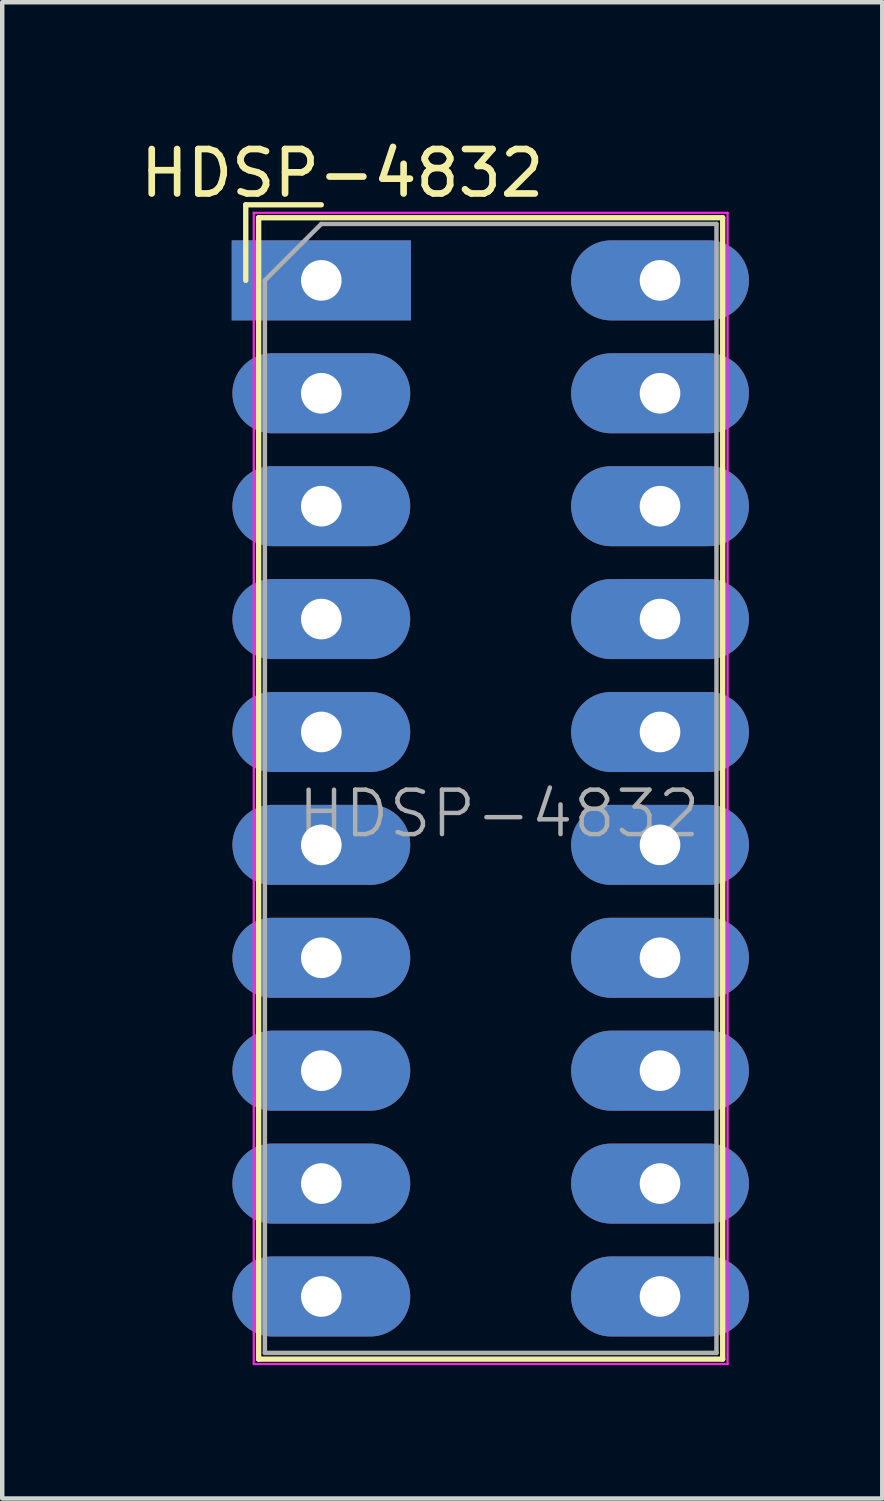
<source format=kicad_pcb>
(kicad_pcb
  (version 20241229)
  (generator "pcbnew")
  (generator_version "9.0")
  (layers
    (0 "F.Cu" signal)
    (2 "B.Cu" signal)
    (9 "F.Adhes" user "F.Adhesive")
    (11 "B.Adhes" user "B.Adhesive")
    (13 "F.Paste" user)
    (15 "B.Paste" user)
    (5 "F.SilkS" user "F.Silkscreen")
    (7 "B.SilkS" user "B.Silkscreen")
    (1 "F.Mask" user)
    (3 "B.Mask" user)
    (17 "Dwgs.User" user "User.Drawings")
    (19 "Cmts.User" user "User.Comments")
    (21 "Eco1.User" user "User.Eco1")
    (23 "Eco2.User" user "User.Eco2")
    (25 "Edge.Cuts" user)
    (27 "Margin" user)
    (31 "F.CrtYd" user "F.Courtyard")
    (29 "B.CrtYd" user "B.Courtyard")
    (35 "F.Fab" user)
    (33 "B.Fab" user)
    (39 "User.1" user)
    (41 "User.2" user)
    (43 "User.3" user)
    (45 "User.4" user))
  (footprint "HDSP-4832"
    (layer "F.Cu")
    (at 4.179 3.258)
    (property "Reference" "HDSP-4832" (at 0.47 -2.41 0) (layer "F.SilkS") (effects (font (size 1 1) (thickness 0.15))))
    (attr through_hole)
    (fp_line (start -1.7 -1.7) (end -1.7 0) (stroke (width 0.12) (type solid)) (layer "F.SilkS"))
    (fp_line (start -1.41 -1.41) (end 9.03 -1.41) (stroke (width 0.12) (type solid)) (layer "F.SilkS"))
    (fp_line (start -1.41 24.27) (end -1.41 -1.41) (stroke (width 0.12) (type solid)) (layer "F.SilkS"))
    (fp_line (start 0 -1.7) (end -1.7 -1.7) (stroke (width 0.12) (type solid)) (layer "F.SilkS"))
    (fp_line (start 9.03 -1.41) (end 9.03 24.27) (stroke (width 0.12) (type solid)) (layer "F.SilkS"))
    (fp_line (start 9.03 24.27) (end -1.41 24.27) (stroke (width 0.12) (type solid)) (layer "F.SilkS"))
    (fp_line (start -1.52 -1.52) (end -1.52 24.38) (stroke (width 0.05) (type solid)) (layer "F.CrtYd"))
    (fp_line (start -1.52 -1.52) (end 9.14 -1.52) (stroke (width 0.05) (type solid)) (layer "F.CrtYd"))
    (fp_line (start -1.52 24.38) (end 9.14 24.38) (stroke (width 0.05) (type solid)) (layer "F.CrtYd"))
    (fp_line (start 9.14 24.38) (end 9.14 -1.52) (stroke (width 0.05) (type solid)) (layer "F.CrtYd"))
    (fp_line (start -1.27 0) (end -1.27 24.13) (stroke (width 0.1) (type solid)) (layer "F.Fab"))
    (fp_line (start -1.27 24.13) (end 8.89 24.13) (stroke (width 0.1) (type solid)) (layer "F.Fab"))
    (fp_line (start 0 -1.27) (end -1.27 0) (stroke (width 0.1) (type solid)) (layer "F.Fab"))
    (fp_line (start 0 -1.27) (end 8.89 -1.27) (stroke (width 0.1) (type solid)) (layer "F.Fab"))
    (fp_line (start 8.89 -1.27) (end 8.89 24.13) (stroke (width 0.1) (type solid)) (layer "F.Fab"))
    (fp_text user "${REFERENCE}" (at 4 12 0) (layer "F.Fab") (effects (font (size 1 1) (thickness 0.1))))
    (pad "1" thru_hole rect (at 0 0 270) (size 1.8 4.032) (drill 0.914) (layers "*.Cu" "*.Mask"))
    (pad "2" thru_hole oval (at 0 2.54 270) (size 1.8 4) (drill 0.914) (layers "*.Cu" "*.Mask"))
    (pad "3" thru_hole oval (at 0 5.08 270) (size 1.8 4) (drill 0.914) (layers "*.Cu" "*.Mask"))
    (pad "4" thru_hole oval (at 0 7.62 270) (size 1.8 4) (drill 0.914) (layers "*.Cu" "*.Mask"))
    (pad "5" thru_hole oval (at 0 10.16 270) (size 1.8 4) (drill 0.914) (layers "*.Cu" "*.Mask"))
    (pad "6" thru_hole oval (at 0 12.7 270) (size 1.8 4) (drill 0.914) (layers "*.Cu" "*.Mask"))
    (pad "7" thru_hole oval (at 0 15.24 270) (size 1.8 4) (drill 0.914) (layers "*.Cu" "*.Mask"))
    (pad "8" thru_hole oval (at 0 17.78 270) (size 1.8 4) (drill 0.914) (layers "*.Cu" "*.Mask"))
    (pad "9" thru_hole oval (at 0 20.32 270) (size 1.8 4) (drill 0.914) (layers "*.Cu" "*.Mask"))
    (pad "10" thru_hole oval (at 0 22.86 270) (size 1.8 4) (drill 0.914) (layers "*.Cu" "*.Mask"))
    (pad "11" thru_hole oval (at 7.62 22.86 270) (size 1.8 4) (drill 0.914) (layers "*.Cu" "*.Mask"))
    (pad "12" thru_hole oval (at 7.62 20.32 270) (size 1.8 4) (drill 0.914) (layers "*.Cu" "*.Mask"))
    (pad "13" thru_hole oval (at 7.62 17.78 270) (size 1.8 4) (drill 0.914) (layers "*.Cu" "*.Mask"))
    (pad "14" thru_hole oval (at 7.62 15.24 270) (size 1.8 4) (drill 0.914) (layers "*.Cu" "*.Mask"))
    (pad "15" thru_hole oval (at 7.62 12.7 270) (size 1.8 4) (drill 0.914) (layers "*.Cu" "*.Mask"))
    (pad "16" thru_hole oval (at 7.62 10.16 270) (size 1.8 4) (drill 0.914) (layers "*.Cu" "*.Mask"))
    (pad "17" thru_hole oval (at 7.62 7.62 270) (size 1.8 4) (drill 0.914) (layers "*.Cu" "*.Mask"))
    (pad "18" thru_hole oval (at 7.62 5.08 270) (size 1.8 4) (drill 0.914) (layers "*.Cu" "*.Mask"))
    (pad "19" thru_hole oval (at 7.62 2.54 270) (size 1.8 4) (drill 0.914) (layers "*.Cu" "*.Mask"))
    (pad "20" thru_hole oval (at 7.62 0 270) (size 1.8 4) (drill 0.914) (layers "*.Cu" "*.Mask")))
  (gr_rect
    (start -3 -3)
    (end 16.799 30.663)
    (stroke (width 0.1) (type default))
    (fill no)
    (layer "Edge.Cuts")))
</source>
